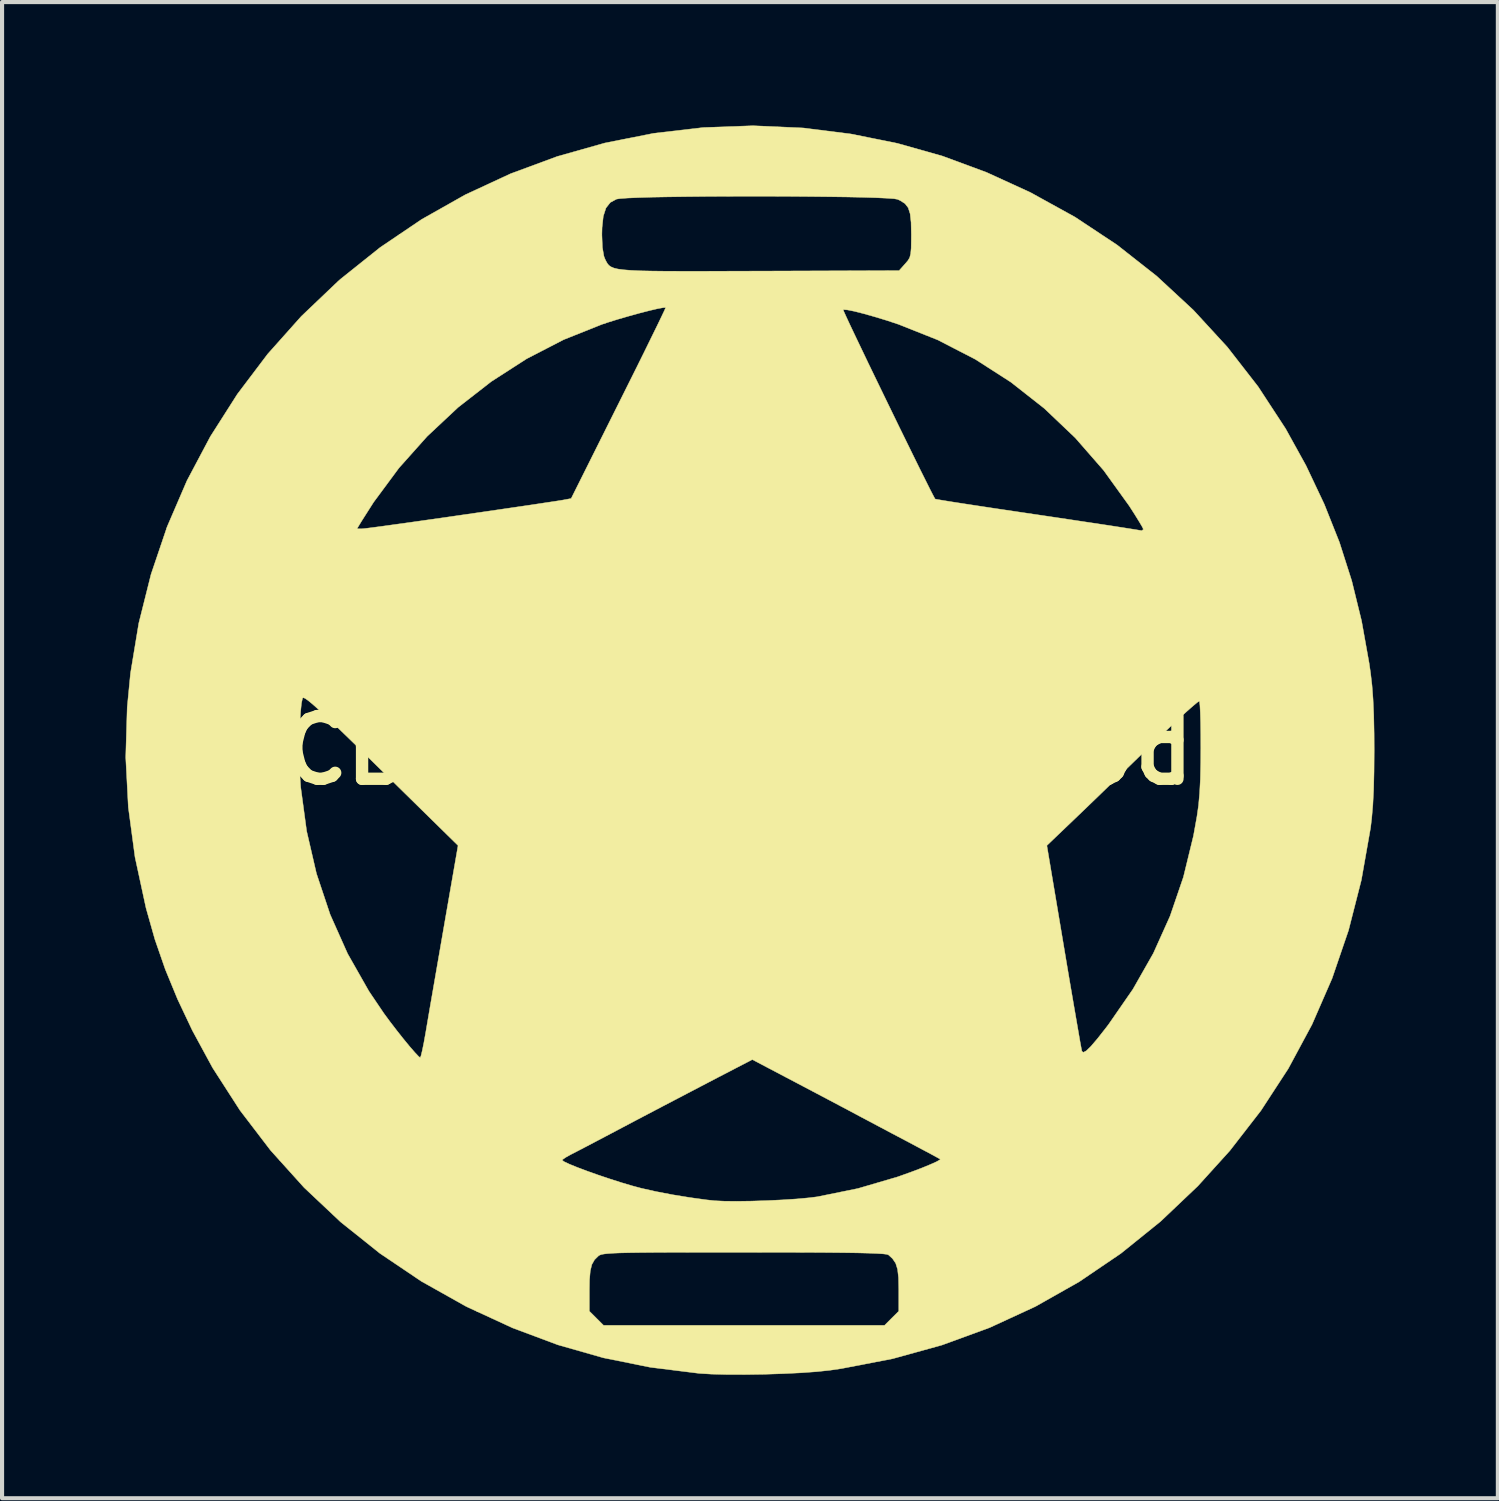
<source format=kicad_pcb>
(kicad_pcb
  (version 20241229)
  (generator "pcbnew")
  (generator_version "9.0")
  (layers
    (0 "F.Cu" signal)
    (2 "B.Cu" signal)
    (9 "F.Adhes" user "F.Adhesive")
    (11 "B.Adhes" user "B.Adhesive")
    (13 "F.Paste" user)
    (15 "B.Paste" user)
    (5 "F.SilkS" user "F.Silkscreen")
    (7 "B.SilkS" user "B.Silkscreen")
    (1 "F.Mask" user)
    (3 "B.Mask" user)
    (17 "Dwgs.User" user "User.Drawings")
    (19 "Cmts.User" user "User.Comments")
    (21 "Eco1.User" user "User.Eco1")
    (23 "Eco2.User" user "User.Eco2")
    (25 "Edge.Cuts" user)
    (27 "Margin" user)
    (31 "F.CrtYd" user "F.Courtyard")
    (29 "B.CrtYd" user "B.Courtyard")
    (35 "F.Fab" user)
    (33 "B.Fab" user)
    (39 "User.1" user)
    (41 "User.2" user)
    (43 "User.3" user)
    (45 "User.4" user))
  (footprint "PCB_Shape_01_500dpi"
    (layer "F.Cu")
    (at 15.182 15.184)
    (property "Reference" "PCB_Shape_01_500dpi" (at 0 0 0) (layer "F.SilkS") (effects (font (size 1.524 1.524) (thickness 0.3))))
    (attr through_hole)
    (fp_poly (pts (xy 1.282 -15.125) (xy 2.438 -14.98) (xy 3.574 -14.751) (xy 4.668 -14.442) (xy 5.739 -14.046) (xy 6.807 -13.557) (xy 7.889 -12.96) (xy 8.912 -12.282) (xy 9.872 -11.527) (xy 10.766 -10.699) (xy 11.59 -9.802) (xy 12.338 -8.84) (xy 13.007 -7.817) (xy 13.502 -6.922) (xy 13.947 -5.981) (xy 14.315 -5.056) (xy 14.614 -4.12) (xy 14.852 -3.149) (xy 15.037 -2.116) (xy 15.071 -1.88) (xy 15.106 -1.579) (xy 15.131 -1.245) (xy 15.148 -0.859) (xy 15.157 -0.404) (xy 15.159 0) (xy 15.155 0.52) (xy 15.145 0.957) (xy 15.126 1.329) (xy 15.098 1.653) (xy 15.071 1.88) (xy 14.847 3.15) (xy 14.536 4.37) (xy 14.136 5.54) (xy 13.648 6.66) (xy 13.072 7.731) (xy 12.406 8.753) (xy 11.65 9.728) (xy 10.874 10.585) (xy 9.967 11.446) (xy 9.005 12.222) (xy 7.99 12.911) (xy 6.926 13.513) (xy 5.814 14.026) (xy 4.657 14.449) (xy 3.457 14.781) (xy 2.216 15.02) (xy 1.93 15.062) (xy 1.618 15.095) (xy 1.231 15.123) (xy 0.794 15.144) (xy 0.332 15.159) (xy -0.128 15.166) (xy -0.563 15.165) (xy -0.946 15.155) (xy -1.245 15.137) (xy -2.431 14.989) (xy -3.571 14.759) (xy -4.679 14.443) (xy -5.771 14.035) (xy -6.863 13.531) (xy -6.922 13.502) (xy -7.623 13.108) (xy -3.912 13.108) (xy -3.912 13.625) (xy -3.566 13.97) (xy 3.261 13.97) (xy 3.434 13.797) (xy 3.607 13.625) (xy 3.607 13.097) (xy 3.601 12.814) (xy 3.578 12.61) (xy 3.532 12.462) (xy 3.455 12.348) (xy 3.355 12.257) (xy 3.315 12.244) (xy 3.225 12.233) (xy 3.081 12.224) (xy 2.875 12.216) (xy 2.604 12.209) (xy 2.26 12.204) (xy 1.84 12.2) (xy 1.335 12.197) (xy 0.743 12.196) (xy 0.055 12.195) (xy -0.152 12.195) (xy -0.829 12.195) (xy -1.411 12.195) (xy -1.907 12.196) (xy -2.323 12.198) (xy -2.666 12.201) (xy -2.944 12.205) (xy -3.165 12.21) (xy -3.335 12.217) (xy -3.463 12.226) (xy -3.554 12.236) (xy -3.617 12.248) (xy -3.659 12.263) (xy -3.687 12.28) (xy -3.69 12.282) (xy -3.786 12.377) (xy -3.851 12.492) (xy -3.889 12.647) (xy -3.908 12.865) (xy -3.912 13.108) (xy -7.623 13.108) (xy -7.992 12.901) (xy -9.005 12.218) (xy -9.957 11.457) (xy -10.843 10.622) (xy -11.443 9.956) (xy -4.572 9.956) (xy -4.526 9.992) (xy -4.399 10.052) (xy -4.208 10.13) (xy -3.969 10.22) (xy -3.699 10.316) (xy -3.413 10.412) (xy -3.129 10.503) (xy -2.862 10.582) (xy -2.653 10.638) (xy -2.302 10.717) (xy -1.891 10.796) (xy -1.466 10.865) (xy -1.069 10.92) (xy -0.864 10.942) (xy -0.636 10.953) (xy -0.332 10.956) (xy 0.022 10.951) (xy 0.4 10.939) (xy 0.779 10.921) (xy 1.132 10.898) (xy 1.434 10.87) (xy 1.626 10.846) (xy 2.614 10.645) (xy 3.576 10.363) (xy 3.636 10.342) (xy 3.917 10.241) (xy 4.17 10.145) (xy 4.379 10.059) (xy 4.53 9.991) (xy 4.608 9.945) (xy 4.614 9.932) (xy 4.566 9.905) (xy 4.442 9.837) (xy 4.257 9.738) (xy 4.026 9.615) (xy 3.761 9.474) (xy 3.759 9.473) (xy 3.463 9.317) (xy 3.171 9.162) (xy 2.904 9.02) (xy 2.686 8.905) (xy 2.565 8.84) (xy 2.417 8.761) (xy 2.196 8.644) (xy 1.922 8.499) (xy 1.613 8.336) (xy 1.287 8.164) (xy 1.129 8.081) (xy 0.048 7.512) (xy -0.802 7.953) (xy -1.453 8.293) (xy -2.105 8.634) (xy -2.787 8.992) (xy -3.529 9.384) (xy -3.531 9.385) (xy -3.778 9.515) (xy -4.012 9.638) (xy -4.21 9.741) (xy -4.346 9.811) (xy -4.356 9.816) (xy -4.482 9.886) (xy -4.56 9.94) (xy -4.572 9.956) (xy -11.443 9.956) (xy -11.659 9.716) (xy -12.401 8.745) (xy -13.066 7.712) (xy -13.557 6.807) (xy -13.917 6.046) (xy -14.216 5.32) (xy -14.467 4.596) (xy -14.682 3.837) (xy -14.687 3.817) (xy -14.951 2.595) (xy -15.114 1.381) (xy -15.177 0.168) (xy -15.171 -0.039) (xy -10.957 -0.039) (xy -10.954 0.29) (xy -10.945 0.601) (xy -10.927 0.872) (xy -10.926 0.889) (xy -10.781 1.961) (xy -10.542 2.994) (xy -10.21 3.987) (xy -9.785 4.94) (xy -9.267 5.852) (xy -8.908 6.384) (xy -8.757 6.589) (xy -8.593 6.803) (xy -8.429 7.01) (xy -8.276 7.196) (xy -8.148 7.343) (xy -8.058 7.438) (xy -8.022 7.465) (xy -8.002 7.419) (xy -7.971 7.291) (xy -7.932 7.1) (xy -7.89 6.865) (xy -7.882 6.82) (xy -7.848 6.618) (xy -7.813 6.414) (xy -7.776 6.197) (xy -7.734 5.955) (xy -7.686 5.678) (xy -7.63 5.354) (xy -7.564 4.973) (xy -7.486 4.522) (xy -7.394 3.99) (xy -7.314 3.531) (xy -7.102 2.311) (xy 7.205 2.311) (xy 7.619 4.775) (xy 7.701 5.264) (xy 7.779 5.724) (xy 7.851 6.144) (xy 7.915 6.515) (xy 7.969 6.827) (xy 8.011 7.07) (xy 8.041 7.233) (xy 8.056 7.308) (xy 8.056 7.31) (xy 8.092 7.337) (xy 8.164 7.299) (xy 8.276 7.19) (xy 8.433 7.006) (xy 8.64 6.743) (xy 8.708 6.653) (xy 9.296 5.803) (xy 9.792 4.931) (xy 10.199 4.026) (xy 10.523 3.078) (xy 10.768 2.073) (xy 10.853 1.6) (xy 10.891 1.333) (xy 10.917 1.04) (xy 10.935 0.701) (xy 10.944 0.296) (xy 10.946 -0.059) (xy 10.945 -0.384) (xy 10.941 -0.674) (xy 10.934 -0.915) (xy 10.925 -1.09) (xy 10.915 -1.185) (xy 10.91 -1.197) (xy 10.867 -1.172) (xy 10.759 -1.083) (xy 10.597 -0.94) (xy 10.388 -0.749) (xy 10.143 -0.518) (xy 9.869 -0.257) (xy 9.676 -0.071) (xy 9.351 0.245) (xy 9.015 0.571) (xy 8.685 0.89) (xy 8.377 1.188) (xy 8.106 1.449) (xy 7.888 1.658) (xy 7.842 1.702) (xy 7.205 2.311) (xy -7.102 2.311) (xy -8.974 0.473) (xy -9.398 0.056) (xy -9.756 -0.293) (xy -10.053 -0.58) (xy -10.295 -0.811) (xy -10.486 -0.989) (xy -10.632 -1.12) (xy -10.74 -1.209) (xy -10.813 -1.261) (xy -10.858 -1.281) (xy -10.879 -1.273) (xy -10.881 -1.269) (xy -10.907 -1.146) (xy -10.928 -0.941) (xy -10.944 -0.675) (xy -10.954 -0.367) (xy -10.957 -0.039) (xy -15.171 -0.039) (xy -15.141 -1.049) (xy -15.061 -1.876) (xy -14.86 -3.091) (xy -14.562 -4.28) (xy -14.188 -5.385) (xy -9.559 -5.385) (xy -9.442 -5.385) (xy -9.369 -5.392) (xy -9.206 -5.412) (xy -8.964 -5.444) (xy -8.654 -5.487) (xy -8.285 -5.538) (xy -7.869 -5.597) (xy -7.417 -5.661) (xy -7.038 -5.716) (xy -6.56 -5.785) (xy -6.108 -5.851) (xy -5.692 -5.912) (xy -5.323 -5.966) (xy -5.013 -6.013) (xy -4.772 -6.049) (xy -4.612 -6.074) (xy -4.552 -6.084) (xy -4.354 -6.121) (xy -3.199 -8.433) (xy -2.975 -8.882) (xy -2.765 -9.303) (xy -2.575 -9.687) (xy -2.409 -10.026) (xy -2.269 -10.311) (xy -2.162 -10.533) (xy -2.09 -10.684) (xy -2.08 -10.706) (xy 2.257 -10.706) (xy 2.275 -10.659) (xy 2.333 -10.531) (xy 2.425 -10.333) (xy 2.547 -10.076) (xy 2.694 -9.769) (xy 2.859 -9.424) (xy 3.039 -9.052) (xy 3.228 -8.662) (xy 3.421 -8.265) (xy 3.612 -7.872) (xy 3.798 -7.493) (xy 3.971 -7.14) (xy 4.128 -6.821) (xy 4.264 -6.549) (xy 4.372 -6.333) (xy 4.449 -6.184) (xy 4.488 -6.113) (xy 4.491 -6.109) (xy 4.544 -6.098) (xy 4.686 -6.074) (xy 4.908 -6.038) (xy 5.198 -5.993) (xy 5.546 -5.94) (xy 5.941 -5.88) (xy 6.373 -5.816) (xy 6.56 -5.788) (xy 7.235 -5.688) (xy 7.817 -5.601) (xy 8.309 -5.527) (xy 8.721 -5.465) (xy 9.056 -5.413) (xy 9.322 -5.371) (xy 9.512 -5.34) (xy 9.55 -5.371) (xy 9.55 -5.375) (xy 9.524 -5.431) (xy 9.452 -5.553) (xy 9.346 -5.725) (xy 9.215 -5.929) (xy 9.204 -5.946) (xy 8.585 -6.805) (xy 7.896 -7.594) (xy 7.143 -8.31) (xy 6.331 -8.948) (xy 5.466 -9.504) (xy 4.552 -9.975) (xy 3.605 -10.352) (xy 3.306 -10.451) (xy 3.015 -10.539) (xy 2.749 -10.614) (xy 2.525 -10.671) (xy 2.359 -10.704) (xy 2.268 -10.711) (xy 2.257 -10.706) (xy -2.08 -10.706) (xy -2.059 -10.755) (xy -2.058 -10.76) (xy -2.115 -10.759) (xy -2.252 -10.734) (xy -2.448 -10.688) (xy -2.686 -10.627) (xy -2.947 -10.555) (xy -3.213 -10.478) (xy -3.464 -10.4) (xy -3.607 -10.352) (xy -4.538 -9.98) (xy -5.436 -9.516) (xy -6.292 -8.965) (xy -7.1 -8.336) (xy -7.851 -7.633) (xy -8.538 -6.863) (xy -9.153 -6.032) (xy -9.444 -5.575) (xy -9.559 -5.385) (xy -14.188 -5.385) (xy -14.171 -5.436) (xy -13.689 -6.555) (xy -13.119 -7.63) (xy -12.464 -8.658) (xy -11.727 -9.633) (xy -10.911 -10.548) (xy -10.018 -11.399) (xy -9.957 -11.453) (xy -8.996 -12.221) (xy -8.536 -12.532) (xy -3.607 -12.532) (xy -3.595 -12.223) (xy -3.558 -12.009) (xy -3.53 -11.937) (xy -3.501 -11.879) (xy -3.472 -11.829) (xy -3.436 -11.786) (xy -3.387 -11.751) (xy -3.316 -11.721) (xy -3.217 -11.697) (xy -3.082 -11.679) (xy -2.905 -11.665) (xy -2.677 -11.654) (xy -2.392 -11.648) (xy -2.042 -11.644) (xy -1.62 -11.643) (xy -1.119 -11.643) (xy -0.532 -11.645) (xy 0.15 -11.647) (xy 0.22 -11.647) (xy 3.615 -11.659) (xy 3.763 -11.825) (xy 3.829 -11.902) (xy 3.872 -11.975) (xy 3.896 -12.068) (xy 3.908 -12.202) (xy 3.911 -12.403) (xy 3.912 -12.537) (xy 3.906 -12.83) (xy 3.883 -13.04) (xy 3.836 -13.186) (xy 3.758 -13.287) (xy 3.64 -13.362) (xy 3.576 -13.391) (xy 3.491 -13.406) (xy 3.315 -13.418) (xy 3.058 -13.43) (xy 2.732 -13.44) (xy 2.347 -13.448) (xy 1.914 -13.454) (xy 1.443 -13.459) (xy 0.946 -13.463) (xy 0.432 -13.465) (xy -0.088 -13.465) (xy -0.602 -13.464) (xy -1.101 -13.461) (xy -1.573 -13.456) (xy -2.008 -13.45) (xy -2.395 -13.443) (xy -2.724 -13.433) (xy -2.984 -13.422) (xy -3.163 -13.409) (xy -3.251 -13.396) (xy -3.403 -13.314) (xy -3.508 -13.18) (xy -3.573 -12.98) (xy -3.603 -12.702) (xy -3.607 -12.532) (xy -8.536 -12.532) (xy -7.984 -12.905) (xy -6.925 -13.503) (xy -5.826 -14.013) (xy -4.693 -14.432) (xy -3.532 -14.76) (xy -2.348 -14.995) (xy -1.147 -15.135) (xy 0.065 -15.179) (xy 1.282 -15.125)) (stroke (width 0.01) (type solid)) (fill yes) (layer "F.SilkS")))
  (gr_rect
    (start -3 -3)
    (end 33.346 33.355)
    (stroke (width 0.1) (type default))
    (fill no)
    (layer "Edge.Cuts")))
</source>
